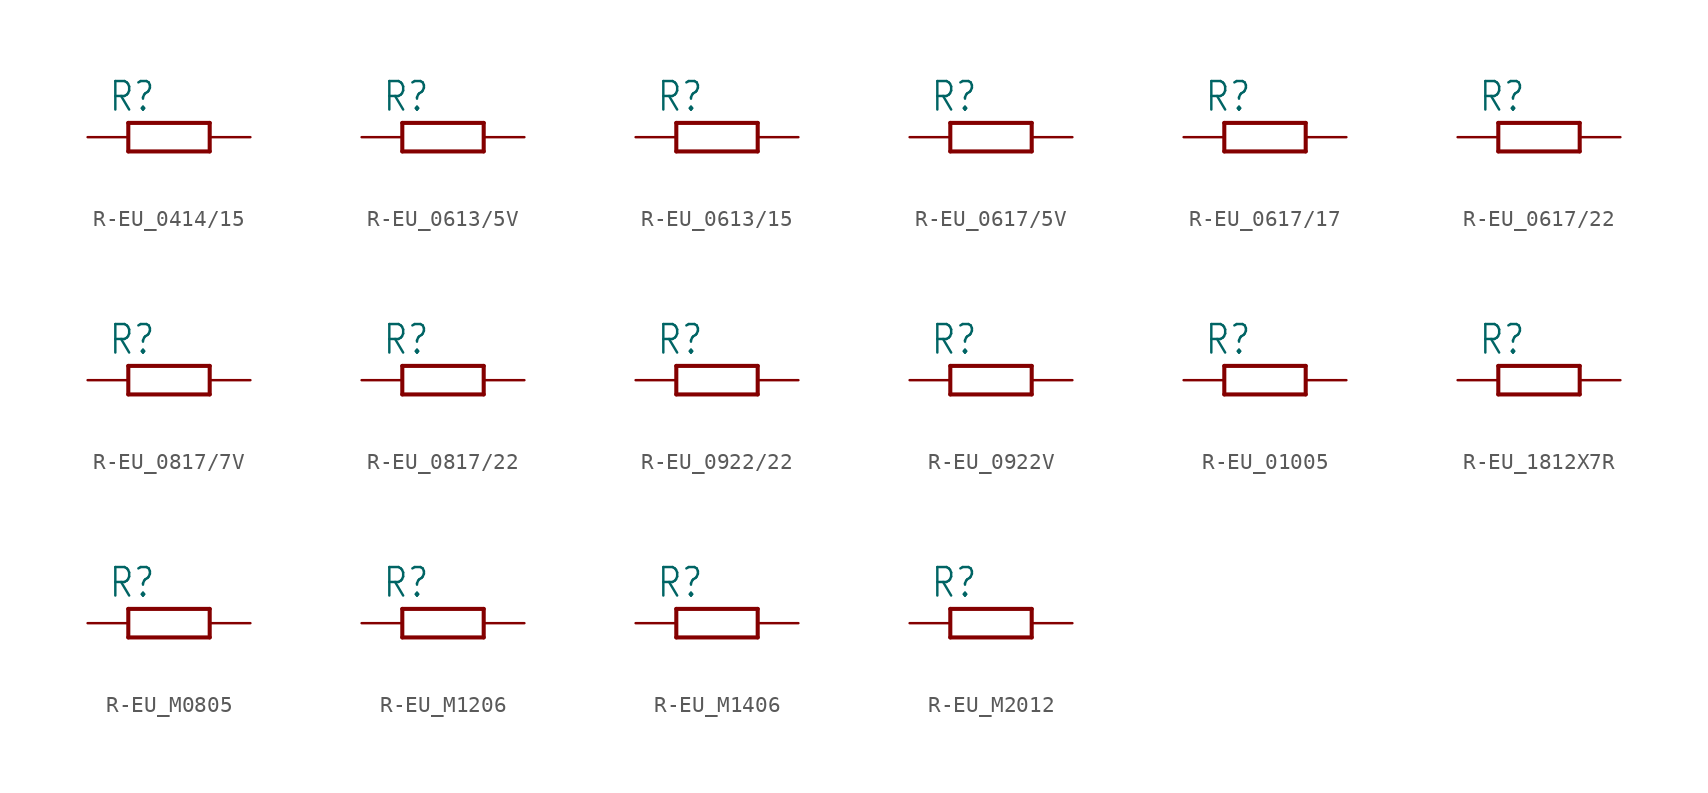
<source format=kicad_sym>
(kicad_symbol_lib
  (version 20231120)
  (generator "kicad_symbol_editor")
  (generator_version "8.0")
  (symbol "R-EU_0414/15"
    (property "Reference" "R"
      (at -3.81 1.499 0)
      (effects (font (size 1.778 1.511)) (justify left bottom)))
    (property "Value" ""
      (at -3.81 -3.302 0)
      (effects (font (size 1.778 1.511)) (justify left bottom)))
    (property "ki_locked" ""
      (at 0 0 0)
      (effects (font (size 1.27 1.27))))
    (symbol "R-EU_0414/15_1_0"
      (polyline (pts (xy -2.54 -0.889) (xy -2.54 0.889)) (stroke (width 0.254) (type solid)) (fill (type none)))
      (polyline (pts (xy -2.54 -0.889) (xy 2.54 -0.889)) (stroke (width 0.254) (type solid)) (fill (type none)))
      (polyline (pts (xy 2.54 -0.889) (xy 2.54 0.889)) (stroke (width 0.254) (type solid)) (fill (type none)))
      (polyline (pts (xy 2.54 0.889) (xy -2.54 0.889)) (stroke (width 0.254) (type solid)) (fill (type none)))
      (pin passive line (at -5.08 0 0) (length 2.54) (name "1" (effects (font (size 0 0)))) (number "1" (effects (font (size 0 0)))))
      (pin passive line (at 5.08 0 180) (length 2.54) (name "2" (effects (font (size 0 0)))) (number "2" (effects (font (size 0 0)))))))
  (symbol "R-EU_0613/5V"
    (property "Reference" "R"
      (at -3.81 1.499 0)
      (effects (font (size 1.778 1.511)) (justify left bottom)))
    (property "Value" ""
      (at -3.81 -3.302 0)
      (effects (font (size 1.778 1.511)) (justify left bottom)))
    (property "ki_locked" ""
      (at 0 0 0)
      (effects (font (size 1.27 1.27))))
    (symbol "R-EU_0613/5V_1_0"
      (polyline (pts (xy -2.54 -0.889) (xy -2.54 0.889)) (stroke (width 0.254) (type solid)) (fill (type none)))
      (polyline (pts (xy -2.54 -0.889) (xy 2.54 -0.889)) (stroke (width 0.254) (type solid)) (fill (type none)))
      (polyline (pts (xy 2.54 -0.889) (xy 2.54 0.889)) (stroke (width 0.254) (type solid)) (fill (type none)))
      (polyline (pts (xy 2.54 0.889) (xy -2.54 0.889)) (stroke (width 0.254) (type solid)) (fill (type none)))
      (pin passive line (at -5.08 0 0) (length 2.54) (name "1" (effects (font (size 0 0)))) (number "1" (effects (font (size 0 0)))))
      (pin passive line (at 5.08 0 180) (length 2.54) (name "2" (effects (font (size 0 0)))) (number "2" (effects (font (size 0 0)))))))
  (symbol "R-EU_0613/15"
    (property "Reference" "R"
      (at -3.81 1.499 0)
      (effects (font (size 1.778 1.511)) (justify left bottom)))
    (property "Value" ""
      (at -3.81 -3.302 0)
      (effects (font (size 1.778 1.511)) (justify left bottom)))
    (property "ki_locked" ""
      (at 0 0 0)
      (effects (font (size 1.27 1.27))))
    (symbol "R-EU_0613/15_1_0"
      (polyline (pts (xy -2.54 -0.889) (xy -2.54 0.889)) (stroke (width 0.254) (type solid)) (fill (type none)))
      (polyline (pts (xy -2.54 -0.889) (xy 2.54 -0.889)) (stroke (width 0.254) (type solid)) (fill (type none)))
      (polyline (pts (xy 2.54 -0.889) (xy 2.54 0.889)) (stroke (width 0.254) (type solid)) (fill (type none)))
      (polyline (pts (xy 2.54 0.889) (xy -2.54 0.889)) (stroke (width 0.254) (type solid)) (fill (type none)))
      (pin passive line (at -5.08 0 0) (length 2.54) (name "1" (effects (font (size 0 0)))) (number "1" (effects (font (size 0 0)))))
      (pin passive line (at 5.08 0 180) (length 2.54) (name "2" (effects (font (size 0 0)))) (number "2" (effects (font (size 0 0)))))))
  (symbol "R-EU_0617/5V"
    (property "Reference" "R"
      (at -3.81 1.499 0)
      (effects (font (size 1.778 1.511)) (justify left bottom)))
    (property "Value" ""
      (at -3.81 -3.302 0)
      (effects (font (size 1.778 1.511)) (justify left bottom)))
    (property "ki_locked" ""
      (at 0 0 0)
      (effects (font (size 1.27 1.27))))
    (symbol "R-EU_0617/5V_1_0"
      (polyline (pts (xy -2.54 -0.889) (xy -2.54 0.889)) (stroke (width 0.254) (type solid)) (fill (type none)))
      (polyline (pts (xy -2.54 -0.889) (xy 2.54 -0.889)) (stroke (width 0.254) (type solid)) (fill (type none)))
      (polyline (pts (xy 2.54 -0.889) (xy 2.54 0.889)) (stroke (width 0.254) (type solid)) (fill (type none)))
      (polyline (pts (xy 2.54 0.889) (xy -2.54 0.889)) (stroke (width 0.254) (type solid)) (fill (type none)))
      (pin passive line (at -5.08 0 0) (length 2.54) (name "1" (effects (font (size 0 0)))) (number "1" (effects (font (size 0 0)))))
      (pin passive line (at 5.08 0 180) (length 2.54) (name "2" (effects (font (size 0 0)))) (number "2" (effects (font (size 0 0)))))))
  (symbol "R-EU_0617/17"
    (property "Reference" "R"
      (at -3.81 1.499 0)
      (effects (font (size 1.778 1.511)) (justify left bottom)))
    (property "Value" ""
      (at -3.81 -3.302 0)
      (effects (font (size 1.778 1.511)) (justify left bottom)))
    (property "ki_locked" ""
      (at 0 0 0)
      (effects (font (size 1.27 1.27))))
    (symbol "R-EU_0617/17_1_0"
      (polyline (pts (xy -2.54 -0.889) (xy -2.54 0.889)) (stroke (width 0.254) (type solid)) (fill (type none)))
      (polyline (pts (xy -2.54 -0.889) (xy 2.54 -0.889)) (stroke (width 0.254) (type solid)) (fill (type none)))
      (polyline (pts (xy 2.54 -0.889) (xy 2.54 0.889)) (stroke (width 0.254) (type solid)) (fill (type none)))
      (polyline (pts (xy 2.54 0.889) (xy -2.54 0.889)) (stroke (width 0.254) (type solid)) (fill (type none)))
      (pin passive line (at -5.08 0 0) (length 2.54) (name "1" (effects (font (size 0 0)))) (number "1" (effects (font (size 0 0)))))
      (pin passive line (at 5.08 0 180) (length 2.54) (name "2" (effects (font (size 0 0)))) (number "2" (effects (font (size 0 0)))))))
  (symbol "R-EU_0617/22"
    (property "Reference" "R"
      (at -3.81 1.499 0)
      (effects (font (size 1.778 1.511)) (justify left bottom)))
    (property "Value" ""
      (at -3.81 -3.302 0)
      (effects (font (size 1.778 1.511)) (justify left bottom)))
    (property "ki_locked" ""
      (at 0 0 0)
      (effects (font (size 1.27 1.27))))
    (symbol "R-EU_0617/22_1_0"
      (polyline (pts (xy -2.54 -0.889) (xy -2.54 0.889)) (stroke (width 0.254) (type solid)) (fill (type none)))
      (polyline (pts (xy -2.54 -0.889) (xy 2.54 -0.889)) (stroke (width 0.254) (type solid)) (fill (type none)))
      (polyline (pts (xy 2.54 -0.889) (xy 2.54 0.889)) (stroke (width 0.254) (type solid)) (fill (type none)))
      (polyline (pts (xy 2.54 0.889) (xy -2.54 0.889)) (stroke (width 0.254) (type solid)) (fill (type none)))
      (pin passive line (at -5.08 0 0) (length 2.54) (name "1" (effects (font (size 0 0)))) (number "1" (effects (font (size 0 0)))))
      (pin passive line (at 5.08 0 180) (length 2.54) (name "2" (effects (font (size 0 0)))) (number "2" (effects (font (size 0 0)))))))
  (symbol "R-EU_0817/7V"
    (property "Reference" "R"
      (at -3.81 1.499 0)
      (effects (font (size 1.778 1.511)) (justify left bottom)))
    (property "Value" ""
      (at -3.81 -3.302 0)
      (effects (font (size 1.778 1.511)) (justify left bottom)))
    (property "ki_locked" ""
      (at 0 0 0)
      (effects (font (size 1.27 1.27))))
    (symbol "R-EU_0817/7V_1_0"
      (polyline (pts (xy -2.54 -0.889) (xy -2.54 0.889)) (stroke (width 0.254) (type solid)) (fill (type none)))
      (polyline (pts (xy -2.54 -0.889) (xy 2.54 -0.889)) (stroke (width 0.254) (type solid)) (fill (type none)))
      (polyline (pts (xy 2.54 -0.889) (xy 2.54 0.889)) (stroke (width 0.254) (type solid)) (fill (type none)))
      (polyline (pts (xy 2.54 0.889) (xy -2.54 0.889)) (stroke (width 0.254) (type solid)) (fill (type none)))
      (pin passive line (at -5.08 0 0) (length 2.54) (name "1" (effects (font (size 0 0)))) (number "1" (effects (font (size 0 0)))))
      (pin passive line (at 5.08 0 180) (length 2.54) (name "2" (effects (font (size 0 0)))) (number "2" (effects (font (size 0 0)))))))
  (symbol "R-EU_0817/22"
    (property "Reference" "R"
      (at -3.81 1.499 0)
      (effects (font (size 1.778 1.511)) (justify left bottom)))
    (property "Value" ""
      (at -3.81 -3.302 0)
      (effects (font (size 1.778 1.511)) (justify left bottom)))
    (property "ki_locked" ""
      (at 0 0 0)
      (effects (font (size 1.27 1.27))))
    (symbol "R-EU_0817/22_1_0"
      (polyline (pts (xy -2.54 -0.889) (xy -2.54 0.889)) (stroke (width 0.254) (type solid)) (fill (type none)))
      (polyline (pts (xy -2.54 -0.889) (xy 2.54 -0.889)) (stroke (width 0.254) (type solid)) (fill (type none)))
      (polyline (pts (xy 2.54 -0.889) (xy 2.54 0.889)) (stroke (width 0.254) (type solid)) (fill (type none)))
      (polyline (pts (xy 2.54 0.889) (xy -2.54 0.889)) (stroke (width 0.254) (type solid)) (fill (type none)))
      (pin passive line (at -5.08 0 0) (length 2.54) (name "1" (effects (font (size 0 0)))) (number "1" (effects (font (size 0 0)))))
      (pin passive line (at 5.08 0 180) (length 2.54) (name "2" (effects (font (size 0 0)))) (number "2" (effects (font (size 0 0)))))))
  (symbol "R-EU_0922/22"
    (property "Reference" "R"
      (at -3.81 1.499 0)
      (effects (font (size 1.778 1.511)) (justify left bottom)))
    (property "Value" ""
      (at -3.81 -3.302 0)
      (effects (font (size 1.778 1.511)) (justify left bottom)))
    (property "ki_locked" ""
      (at 0 0 0)
      (effects (font (size 1.27 1.27))))
    (symbol "R-EU_0922/22_1_0"
      (polyline (pts (xy -2.54 -0.889) (xy -2.54 0.889)) (stroke (width 0.254) (type solid)) (fill (type none)))
      (polyline (pts (xy -2.54 -0.889) (xy 2.54 -0.889)) (stroke (width 0.254) (type solid)) (fill (type none)))
      (polyline (pts (xy 2.54 -0.889) (xy 2.54 0.889)) (stroke (width 0.254) (type solid)) (fill (type none)))
      (polyline (pts (xy 2.54 0.889) (xy -2.54 0.889)) (stroke (width 0.254) (type solid)) (fill (type none)))
      (pin passive line (at -5.08 0 0) (length 2.54) (name "1" (effects (font (size 0 0)))) (number "1" (effects (font (size 0 0)))))
      (pin passive line (at 5.08 0 180) (length 2.54) (name "2" (effects (font (size 0 0)))) (number "2" (effects (font (size 0 0)))))))
  (symbol "R-EU_0922V"
    (property "Reference" "R"
      (at -3.81 1.499 0)
      (effects (font (size 1.778 1.511)) (justify left bottom)))
    (property "Value" ""
      (at -3.81 -3.302 0)
      (effects (font (size 1.778 1.511)) (justify left bottom)))
    (property "ki_locked" ""
      (at 0 0 0)
      (effects (font (size 1.27 1.27))))
    (symbol "R-EU_0922V_1_0"
      (polyline (pts (xy -2.54 -0.889) (xy -2.54 0.889)) (stroke (width 0.254) (type solid)) (fill (type none)))
      (polyline (pts (xy -2.54 -0.889) (xy 2.54 -0.889)) (stroke (width 0.254) (type solid)) (fill (type none)))
      (polyline (pts (xy 2.54 -0.889) (xy 2.54 0.889)) (stroke (width 0.254) (type solid)) (fill (type none)))
      (polyline (pts (xy 2.54 0.889) (xy -2.54 0.889)) (stroke (width 0.254) (type solid)) (fill (type none)))
      (pin passive line (at -5.08 0 0) (length 2.54) (name "1" (effects (font (size 0 0)))) (number "1" (effects (font (size 0 0)))))
      (pin passive line (at 5.08 0 180) (length 2.54) (name "2" (effects (font (size 0 0)))) (number "2" (effects (font (size 0 0)))))))
  (symbol "R-EU_01005"
    (property "Reference" "R"
      (at -3.81 1.499 0)
      (effects (font (size 1.778 1.511)) (justify left bottom)))
    (property "Value" ""
      (at -3.81 -3.302 0)
      (effects (font (size 1.778 1.511)) (justify left bottom)))
    (property "ki_locked" ""
      (at 0 0 0)
      (effects (font (size 1.27 1.27))))
    (symbol "R-EU_01005_1_0"
      (polyline (pts (xy -2.54 -0.889) (xy -2.54 0.889)) (stroke (width 0.254) (type solid)) (fill (type none)))
      (polyline (pts (xy -2.54 -0.889) (xy 2.54 -0.889)) (stroke (width 0.254) (type solid)) (fill (type none)))
      (polyline (pts (xy 2.54 -0.889) (xy 2.54 0.889)) (stroke (width 0.254) (type solid)) (fill (type none)))
      (polyline (pts (xy 2.54 0.889) (xy -2.54 0.889)) (stroke (width 0.254) (type solid)) (fill (type none)))
      (pin passive line (at -5.08 0 0) (length 2.54) (name "1" (effects (font (size 0 0)))) (number "1" (effects (font (size 0 0)))))
      (pin passive line (at 5.08 0 180) (length 2.54) (name "2" (effects (font (size 0 0)))) (number "2" (effects (font (size 0 0)))))))
  (symbol "R-EU_1812X7R"
    (property "Reference" "R"
      (at -3.81 1.499 0)
      (effects (font (size 1.778 1.511)) (justify left bottom)))
    (property "Value" ""
      (at -3.81 -3.302 0)
      (effects (font (size 1.778 1.511)) (justify left bottom)))
    (property "ki_locked" ""
      (at 0 0 0)
      (effects (font (size 1.27 1.27))))
    (symbol "R-EU_1812X7R_1_0"
      (polyline (pts (xy -2.54 -0.889) (xy -2.54 0.889)) (stroke (width 0.254) (type solid)) (fill (type none)))
      (polyline (pts (xy -2.54 -0.889) (xy 2.54 -0.889)) (stroke (width 0.254) (type solid)) (fill (type none)))
      (polyline (pts (xy 2.54 -0.889) (xy 2.54 0.889)) (stroke (width 0.254) (type solid)) (fill (type none)))
      (polyline (pts (xy 2.54 0.889) (xy -2.54 0.889)) (stroke (width 0.254) (type solid)) (fill (type none)))
      (pin passive line (at -5.08 0 0) (length 2.54) (name "1" (effects (font (size 0 0)))) (number "1" (effects (font (size 0 0)))))
      (pin passive line (at 5.08 0 180) (length 2.54) (name "2" (effects (font (size 0 0)))) (number "2" (effects (font (size 0 0)))))))
  (symbol "R-EU_M0805"
    (property "Reference" "R"
      (at -3.81 1.499 0)
      (effects (font (size 1.778 1.511)) (justify left bottom)))
    (property "Value" ""
      (at -3.81 -3.302 0)
      (effects (font (size 1.778 1.511)) (justify left bottom)))
    (property "ki_locked" ""
      (at 0 0 0)
      (effects (font (size 1.27 1.27))))
    (symbol "R-EU_M0805_1_0"
      (polyline (pts (xy -2.54 -0.889) (xy -2.54 0.889)) (stroke (width 0.254) (type solid)) (fill (type none)))
      (polyline (pts (xy -2.54 -0.889) (xy 2.54 -0.889)) (stroke (width 0.254) (type solid)) (fill (type none)))
      (polyline (pts (xy 2.54 -0.889) (xy 2.54 0.889)) (stroke (width 0.254) (type solid)) (fill (type none)))
      (polyline (pts (xy 2.54 0.889) (xy -2.54 0.889)) (stroke (width 0.254) (type solid)) (fill (type none)))
      (pin passive line (at -5.08 0 0) (length 2.54) (name "1" (effects (font (size 0 0)))) (number "1" (effects (font (size 0 0)))))
      (pin passive line (at 5.08 0 180) (length 2.54) (name "2" (effects (font (size 0 0)))) (number "2" (effects (font (size 0 0)))))))
  (symbol "R-EU_M1206"
    (property "Reference" "R"
      (at -3.81 1.499 0)
      (effects (font (size 1.778 1.511)) (justify left bottom)))
    (property "Value" ""
      (at -3.81 -3.302 0)
      (effects (font (size 1.778 1.511)) (justify left bottom)))
    (property "ki_locked" ""
      (at 0 0 0)
      (effects (font (size 1.27 1.27))))
    (symbol "R-EU_M1206_1_0"
      (polyline (pts (xy -2.54 -0.889) (xy -2.54 0.889)) (stroke (width 0.254) (type solid)) (fill (type none)))
      (polyline (pts (xy -2.54 -0.889) (xy 2.54 -0.889)) (stroke (width 0.254) (type solid)) (fill (type none)))
      (polyline (pts (xy 2.54 -0.889) (xy 2.54 0.889)) (stroke (width 0.254) (type solid)) (fill (type none)))
      (polyline (pts (xy 2.54 0.889) (xy -2.54 0.889)) (stroke (width 0.254) (type solid)) (fill (type none)))
      (pin passive line (at -5.08 0 0) (length 2.54) (name "1" (effects (font (size 0 0)))) (number "1" (effects (font (size 0 0)))))
      (pin passive line (at 5.08 0 180) (length 2.54) (name "2" (effects (font (size 0 0)))) (number "2" (effects (font (size 0 0)))))))
  (symbol "R-EU_M1406"
    (property "Reference" "R"
      (at -3.81 1.499 0)
      (effects (font (size 1.778 1.511)) (justify left bottom)))
    (property "Value" ""
      (at -3.81 -3.302 0)
      (effects (font (size 1.778 1.511)) (justify left bottom)))
    (property "ki_locked" ""
      (at 0 0 0)
      (effects (font (size 1.27 1.27))))
    (symbol "R-EU_M1406_1_0"
      (polyline (pts (xy -2.54 -0.889) (xy -2.54 0.889)) (stroke (width 0.254) (type solid)) (fill (type none)))
      (polyline (pts (xy -2.54 -0.889) (xy 2.54 -0.889)) (stroke (width 0.254) (type solid)) (fill (type none)))
      (polyline (pts (xy 2.54 -0.889) (xy 2.54 0.889)) (stroke (width 0.254) (type solid)) (fill (type none)))
      (polyline (pts (xy 2.54 0.889) (xy -2.54 0.889)) (stroke (width 0.254) (type solid)) (fill (type none)))
      (pin passive line (at -5.08 0 0) (length 2.54) (name "1" (effects (font (size 0 0)))) (number "1" (effects (font (size 0 0)))))
      (pin passive line (at 5.08 0 180) (length 2.54) (name "2" (effects (font (size 0 0)))) (number "2" (effects (font (size 0 0)))))))
  (symbol "R-EU_M2012"
    (property "Reference" "R"
      (at -3.81 1.499 0)
      (effects (font (size 1.778 1.511)) (justify left bottom)))
    (property "Value" ""
      (at -3.81 -3.302 0)
      (effects (font (size 1.778 1.511)) (justify left bottom)))
    (property "ki_locked" ""
      (at 0 0 0)
      (effects (font (size 1.27 1.27))))
    (symbol "R-EU_M2012_1_0"
      (polyline (pts (xy -2.54 -0.889) (xy -2.54 0.889)) (stroke (width 0.254) (type solid)) (fill (type none)))
      (polyline (pts (xy -2.54 -0.889) (xy 2.54 -0.889)) (stroke (width 0.254) (type solid)) (fill (type none)))
      (polyline (pts (xy 2.54 -0.889) (xy 2.54 0.889)) (stroke (width 0.254) (type solid)) (fill (type none)))
      (polyline (pts (xy 2.54 0.889) (xy -2.54 0.889)) (stroke (width 0.254) (type solid)) (fill (type none)))
      (pin passive line (at -5.08 0 0) (length 2.54) (name "1" (effects (font (size 0 0)))) (number "1" (effects (font (size 0 0)))))
      (pin passive line (at 5.08 0 180) (length 2.54) (name "2" (effects (font (size 0 0)))) (number "2" (effects (font (size 0 0))))))))
</source>
